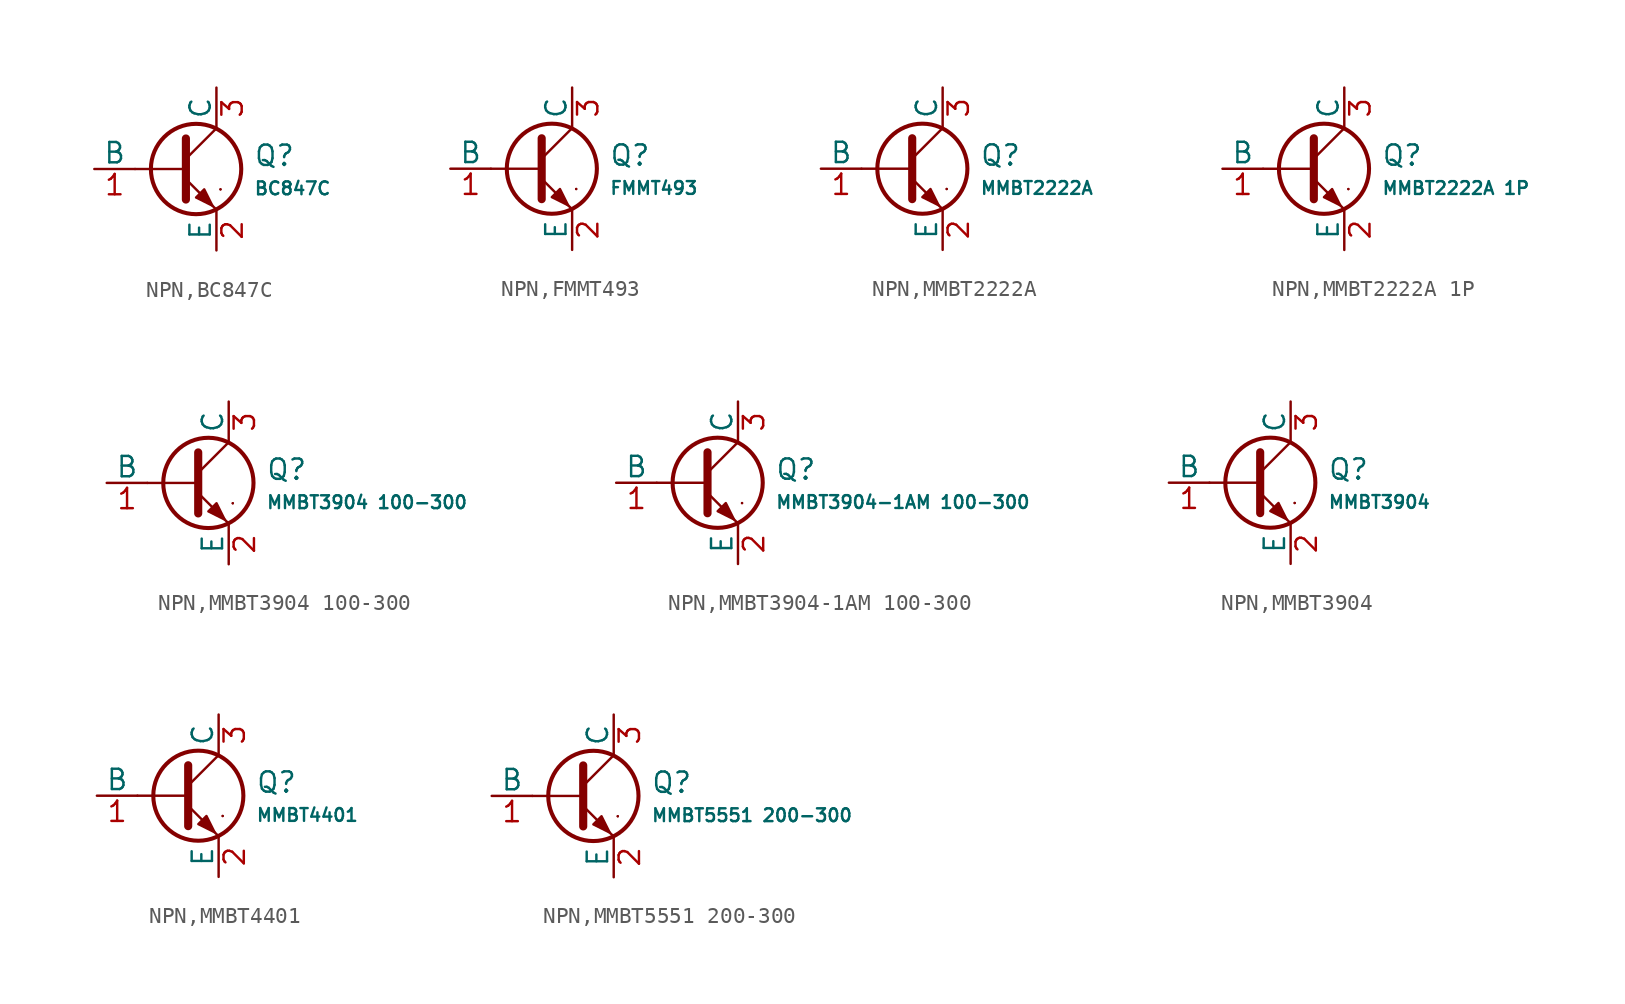
<source format=kicad_sym>
(kicad_symbol_lib
  (version 20231120)
  (generator "CDFER")
  (generator_version "8.0")
  (symbol "NPN,BC847C"
    (pin_names
      (offset 0))
    (property "Reference" "Q"
      (at 4.851 0.834 0)
      (effects (font (size 1.27 1.27)) (justify left)))
    (property "Value" "BC847C"
      (at 4.851 -1.212 0)
      (effects (font (size 0.8 0.8)) (justify left)))
    (symbol "NPN,BC847C_0_1"
      (polyline (pts (xy -2.54 0) (xy 0.635 0)) (stroke (width 0.152) (type default)) (fill (type none)))
      (polyline (pts (xy 0.635 0.635) (xy 2.54 2.54)) (stroke (width 0) (type default)) (fill (type none)))
      (polyline (pts (xy 2.794 -1.27) (xy 2.794 -1.27)) (stroke (width 0.152) (type default)) (fill (type none)))
      (polyline (pts (xy 2.794 -1.27) (xy 2.794 -1.27)) (stroke (width 0.152) (type default)) (fill (type none)))
      (polyline (pts (xy 0.635 -0.635) (xy 2.54 -2.54) (xy 2.54 -2.54)) (stroke (width 0) (type default)) (fill (type none)))
      (polyline (pts (xy 0.635 1.905) (xy 0.635 -1.905) (xy 0.635 -1.905)) (stroke (width 0.508) (type default)) (fill (type none)))
      (polyline (pts (xy 1.27 -1.778) (xy 1.778 -1.27) (xy 2.286 -2.286) (xy 1.27 -1.778) (xy 1.27 -1.778)) (stroke (width 0) (type default)) (fill (type outline)))
      (circle (center 1.27 0) (radius 2.819) (stroke (width 0.254) (type default)) (fill (type none))))
    (symbol "NPN,BC847C_1_1"
      (pin open_collector line (at 2.54 5.08 270) (length 2.54) (name "C" (effects (font (size 1.27 1.27)))) (number "3" (effects (font (size 1.27 1.27)))))
      (pin input line (at -5.08 0 0) (length 2.54) (name "B" (effects (font (size 1.27 1.27)))) (number "1" (effects (font (size 1.27 1.27)))))
      (pin open_emitter line (at 2.54 -5.08 90) (length 2.54) (name "E" (effects (font (size 1.27 1.27)))) (number "2" (effects (font (size 1.27 1.27)))))))
  (symbol "NPN,FMMT493"
    (pin_names
      (offset 0))
    (property "Reference" "Q"
      (at 4.851 0.834 0)
      (effects (font (size 1.27 1.27)) (justify left)))
    (property "Value" "FMMT493"
      (at 4.851 -1.212 0)
      (effects (font (size 0.8 0.8)) (justify left)))
    (symbol "NPN,FMMT493_0_1"
      (polyline (pts (xy -2.54 0) (xy 0.635 0)) (stroke (width 0.152) (type default)) (fill (type none)))
      (polyline (pts (xy 0.635 0.635) (xy 2.54 2.54)) (stroke (width 0) (type default)) (fill (type none)))
      (polyline (pts (xy 2.794 -1.27) (xy 2.794 -1.27)) (stroke (width 0.152) (type default)) (fill (type none)))
      (polyline (pts (xy 2.794 -1.27) (xy 2.794 -1.27)) (stroke (width 0.152) (type default)) (fill (type none)))
      (polyline (pts (xy 0.635 -0.635) (xy 2.54 -2.54) (xy 2.54 -2.54)) (stroke (width 0) (type default)) (fill (type none)))
      (polyline (pts (xy 0.635 1.905) (xy 0.635 -1.905) (xy 0.635 -1.905)) (stroke (width 0.508) (type default)) (fill (type none)))
      (polyline (pts (xy 1.27 -1.778) (xy 1.778 -1.27) (xy 2.286 -2.286) (xy 1.27 -1.778) (xy 1.27 -1.778)) (stroke (width 0) (type default)) (fill (type outline)))
      (circle (center 1.27 0) (radius 2.819) (stroke (width 0.254) (type default)) (fill (type none))))
    (symbol "NPN,FMMT493_1_1"
      (pin open_collector line (at 2.54 5.08 270) (length 2.54) (name "C" (effects (font (size 1.27 1.27)))) (number "3" (effects (font (size 1.27 1.27)))))
      (pin input line (at -5.08 0 0) (length 2.54) (name "B" (effects (font (size 1.27 1.27)))) (number "1" (effects (font (size 1.27 1.27)))))
      (pin open_emitter line (at 2.54 -5.08 90) (length 2.54) (name "E" (effects (font (size 1.27 1.27)))) (number "2" (effects (font (size 1.27 1.27)))))))
  (symbol "NPN,MMBT2222A"
    (pin_names
      (offset 0))
    (property "Reference" "Q"
      (at 4.851 0.834 0)
      (effects (font (size 1.27 1.27)) (justify left)))
    (property "Value" "MMBT2222A"
      (at 4.851 -1.212 0)
      (effects (font (size 0.8 0.8)) (justify left)))
    (symbol "NPN,MMBT2222A_0_1"
      (polyline (pts (xy -2.54 0) (xy 0.635 0)) (stroke (width 0.152) (type default)) (fill (type none)))
      (polyline (pts (xy 0.635 0.635) (xy 2.54 2.54)) (stroke (width 0) (type default)) (fill (type none)))
      (polyline (pts (xy 2.794 -1.27) (xy 2.794 -1.27)) (stroke (width 0.152) (type default)) (fill (type none)))
      (polyline (pts (xy 2.794 -1.27) (xy 2.794 -1.27)) (stroke (width 0.152) (type default)) (fill (type none)))
      (polyline (pts (xy 0.635 -0.635) (xy 2.54 -2.54) (xy 2.54 -2.54)) (stroke (width 0) (type default)) (fill (type none)))
      (polyline (pts (xy 0.635 1.905) (xy 0.635 -1.905) (xy 0.635 -1.905)) (stroke (width 0.508) (type default)) (fill (type none)))
      (polyline (pts (xy 1.27 -1.778) (xy 1.778 -1.27) (xy 2.286 -2.286) (xy 1.27 -1.778) (xy 1.27 -1.778)) (stroke (width 0) (type default)) (fill (type outline)))
      (circle (center 1.27 0) (radius 2.819) (stroke (width 0.254) (type default)) (fill (type none))))
    (symbol "NPN,MMBT2222A_1_1"
      (pin open_collector line (at 2.54 5.08 270) (length 2.54) (name "C" (effects (font (size 1.27 1.27)))) (number "3" (effects (font (size 1.27 1.27)))))
      (pin input line (at -5.08 0 0) (length 2.54) (name "B" (effects (font (size 1.27 1.27)))) (number "1" (effects (font (size 1.27 1.27)))))
      (pin open_emitter line (at 2.54 -5.08 90) (length 2.54) (name "E" (effects (font (size 1.27 1.27)))) (number "2" (effects (font (size 1.27 1.27)))))))
  (symbol "NPN,MMBT2222A 1P"
    (pin_names
      (offset 0))
    (property "Reference" "Q"
      (at 4.851 0.834 0)
      (effects (font (size 1.27 1.27)) (justify left)))
    (property "Value" "MMBT2222A 1P"
      (at 4.851 -1.212 0)
      (effects (font (size 0.8 0.8)) (justify left)))
    (symbol "NPN,MMBT2222A 1P_0_1"
      (polyline (pts (xy -2.54 0) (xy 0.635 0)) (stroke (width 0.152) (type default)) (fill (type none)))
      (polyline (pts (xy 0.635 0.635) (xy 2.54 2.54)) (stroke (width 0) (type default)) (fill (type none)))
      (polyline (pts (xy 2.794 -1.27) (xy 2.794 -1.27)) (stroke (width 0.152) (type default)) (fill (type none)))
      (polyline (pts (xy 2.794 -1.27) (xy 2.794 -1.27)) (stroke (width 0.152) (type default)) (fill (type none)))
      (polyline (pts (xy 0.635 -0.635) (xy 2.54 -2.54) (xy 2.54 -2.54)) (stroke (width 0) (type default)) (fill (type none)))
      (polyline (pts (xy 0.635 1.905) (xy 0.635 -1.905) (xy 0.635 -1.905)) (stroke (width 0.508) (type default)) (fill (type none)))
      (polyline (pts (xy 1.27 -1.778) (xy 1.778 -1.27) (xy 2.286 -2.286) (xy 1.27 -1.778) (xy 1.27 -1.778)) (stroke (width 0) (type default)) (fill (type outline)))
      (circle (center 1.27 0) (radius 2.819) (stroke (width 0.254) (type default)) (fill (type none))))
    (symbol "NPN,MMBT2222A 1P_1_1"
      (pin open_collector line (at 2.54 5.08 270) (length 2.54) (name "C" (effects (font (size 1.27 1.27)))) (number "3" (effects (font (size 1.27 1.27)))))
      (pin input line (at -5.08 0 0) (length 2.54) (name "B" (effects (font (size 1.27 1.27)))) (number "1" (effects (font (size 1.27 1.27)))))
      (pin open_emitter line (at 2.54 -5.08 90) (length 2.54) (name "E" (effects (font (size 1.27 1.27)))) (number "2" (effects (font (size 1.27 1.27)))))))
  (symbol "NPN,MMBT3904 100-300"
    (pin_names
      (offset 0))
    (property "Reference" "Q"
      (at 4.851 0.834 0)
      (effects (font (size 1.27 1.27)) (justify left)))
    (property "Value" "MMBT3904 100-300"
      (at 4.851 -1.212 0)
      (effects (font (size 0.8 0.8)) (justify left)))
    (symbol "NPN,MMBT3904 100-300_0_1"
      (polyline (pts (xy -2.54 0) (xy 0.635 0)) (stroke (width 0.152) (type default)) (fill (type none)))
      (polyline (pts (xy 0.635 0.635) (xy 2.54 2.54)) (stroke (width 0) (type default)) (fill (type none)))
      (polyline (pts (xy 2.794 -1.27) (xy 2.794 -1.27)) (stroke (width 0.152) (type default)) (fill (type none)))
      (polyline (pts (xy 2.794 -1.27) (xy 2.794 -1.27)) (stroke (width 0.152) (type default)) (fill (type none)))
      (polyline (pts (xy 0.635 -0.635) (xy 2.54 -2.54) (xy 2.54 -2.54)) (stroke (width 0) (type default)) (fill (type none)))
      (polyline (pts (xy 0.635 1.905) (xy 0.635 -1.905) (xy 0.635 -1.905)) (stroke (width 0.508) (type default)) (fill (type none)))
      (polyline (pts (xy 1.27 -1.778) (xy 1.778 -1.27) (xy 2.286 -2.286) (xy 1.27 -1.778) (xy 1.27 -1.778)) (stroke (width 0) (type default)) (fill (type outline)))
      (circle (center 1.27 0) (radius 2.819) (stroke (width 0.254) (type default)) (fill (type none))))
    (symbol "NPN,MMBT3904 100-300_1_1"
      (pin open_collector line (at 2.54 5.08 270) (length 2.54) (name "C" (effects (font (size 1.27 1.27)))) (number "3" (effects (font (size 1.27 1.27)))))
      (pin input line (at -5.08 0 0) (length 2.54) (name "B" (effects (font (size 1.27 1.27)))) (number "1" (effects (font (size 1.27 1.27)))))
      (pin open_emitter line (at 2.54 -5.08 90) (length 2.54) (name "E" (effects (font (size 1.27 1.27)))) (number "2" (effects (font (size 1.27 1.27)))))))
  (symbol "NPN,MMBT3904-1AM 100-300"
    (pin_names
      (offset 0))
    (property "Reference" "Q"
      (at 4.851 0.834 0)
      (effects (font (size 1.27 1.27)) (justify left)))
    (property "Value" "MMBT3904-1AM 100-300"
      (at 4.851 -1.212 0)
      (effects (font (size 0.8 0.8)) (justify left)))
    (symbol "NPN,MMBT3904-1AM 100-300_0_1"
      (polyline (pts (xy -2.54 0) (xy 0.635 0)) (stroke (width 0.152) (type default)) (fill (type none)))
      (polyline (pts (xy 0.635 0.635) (xy 2.54 2.54)) (stroke (width 0) (type default)) (fill (type none)))
      (polyline (pts (xy 2.794 -1.27) (xy 2.794 -1.27)) (stroke (width 0.152) (type default)) (fill (type none)))
      (polyline (pts (xy 2.794 -1.27) (xy 2.794 -1.27)) (stroke (width 0.152) (type default)) (fill (type none)))
      (polyline (pts (xy 0.635 -0.635) (xy 2.54 -2.54) (xy 2.54 -2.54)) (stroke (width 0) (type default)) (fill (type none)))
      (polyline (pts (xy 0.635 1.905) (xy 0.635 -1.905) (xy 0.635 -1.905)) (stroke (width 0.508) (type default)) (fill (type none)))
      (polyline (pts (xy 1.27 -1.778) (xy 1.778 -1.27) (xy 2.286 -2.286) (xy 1.27 -1.778) (xy 1.27 -1.778)) (stroke (width 0) (type default)) (fill (type outline)))
      (circle (center 1.27 0) (radius 2.819) (stroke (width 0.254) (type default)) (fill (type none))))
    (symbol "NPN,MMBT3904-1AM 100-300_1_1"
      (pin open_collector line (at 2.54 5.08 270) (length 2.54) (name "C" (effects (font (size 1.27 1.27)))) (number "3" (effects (font (size 1.27 1.27)))))
      (pin input line (at -5.08 0 0) (length 2.54) (name "B" (effects (font (size 1.27 1.27)))) (number "1" (effects (font (size 1.27 1.27)))))
      (pin open_emitter line (at 2.54 -5.08 90) (length 2.54) (name "E" (effects (font (size 1.27 1.27)))) (number "2" (effects (font (size 1.27 1.27)))))))
  (symbol "NPN,MMBT3904"
    (pin_names
      (offset 0))
    (property "Reference" "Q"
      (at 4.851 0.834 0)
      (effects (font (size 1.27 1.27)) (justify left)))
    (property "Value" "MMBT3904"
      (at 4.851 -1.212 0)
      (effects (font (size 0.8 0.8)) (justify left)))
    (symbol "NPN,MMBT3904_0_1"
      (polyline (pts (xy -2.54 0) (xy 0.635 0)) (stroke (width 0.152) (type default)) (fill (type none)))
      (polyline (pts (xy 0.635 0.635) (xy 2.54 2.54)) (stroke (width 0) (type default)) (fill (type none)))
      (polyline (pts (xy 2.794 -1.27) (xy 2.794 -1.27)) (stroke (width 0.152) (type default)) (fill (type none)))
      (polyline (pts (xy 2.794 -1.27) (xy 2.794 -1.27)) (stroke (width 0.152) (type default)) (fill (type none)))
      (polyline (pts (xy 0.635 -0.635) (xy 2.54 -2.54) (xy 2.54 -2.54)) (stroke (width 0) (type default)) (fill (type none)))
      (polyline (pts (xy 0.635 1.905) (xy 0.635 -1.905) (xy 0.635 -1.905)) (stroke (width 0.508) (type default)) (fill (type none)))
      (polyline (pts (xy 1.27 -1.778) (xy 1.778 -1.27) (xy 2.286 -2.286) (xy 1.27 -1.778) (xy 1.27 -1.778)) (stroke (width 0) (type default)) (fill (type outline)))
      (circle (center 1.27 0) (radius 2.819) (stroke (width 0.254) (type default)) (fill (type none))))
    (symbol "NPN,MMBT3904_1_1"
      (pin open_collector line (at 2.54 5.08 270) (length 2.54) (name "C" (effects (font (size 1.27 1.27)))) (number "3" (effects (font (size 1.27 1.27)))))
      (pin input line (at -5.08 0 0) (length 2.54) (name "B" (effects (font (size 1.27 1.27)))) (number "1" (effects (font (size 1.27 1.27)))))
      (pin open_emitter line (at 2.54 -5.08 90) (length 2.54) (name "E" (effects (font (size 1.27 1.27)))) (number "2" (effects (font (size 1.27 1.27)))))))
  (symbol "NPN,MMBT4401"
    (pin_names
      (offset 0))
    (property "Reference" "Q"
      (at 4.851 0.834 0)
      (effects (font (size 1.27 1.27)) (justify left)))
    (property "Value" "MMBT4401"
      (at 4.851 -1.212 0)
      (effects (font (size 0.8 0.8)) (justify left)))
    (symbol "NPN,MMBT4401_0_1"
      (polyline (pts (xy -2.54 0) (xy 0.635 0)) (stroke (width 0.152) (type default)) (fill (type none)))
      (polyline (pts (xy 0.635 0.635) (xy 2.54 2.54)) (stroke (width 0) (type default)) (fill (type none)))
      (polyline (pts (xy 2.794 -1.27) (xy 2.794 -1.27)) (stroke (width 0.152) (type default)) (fill (type none)))
      (polyline (pts (xy 2.794 -1.27) (xy 2.794 -1.27)) (stroke (width 0.152) (type default)) (fill (type none)))
      (polyline (pts (xy 0.635 -0.635) (xy 2.54 -2.54) (xy 2.54 -2.54)) (stroke (width 0) (type default)) (fill (type none)))
      (polyline (pts (xy 0.635 1.905) (xy 0.635 -1.905) (xy 0.635 -1.905)) (stroke (width 0.508) (type default)) (fill (type none)))
      (polyline (pts (xy 1.27 -1.778) (xy 1.778 -1.27) (xy 2.286 -2.286) (xy 1.27 -1.778) (xy 1.27 -1.778)) (stroke (width 0) (type default)) (fill (type outline)))
      (circle (center 1.27 0) (radius 2.819) (stroke (width 0.254) (type default)) (fill (type none))))
    (symbol "NPN,MMBT4401_1_1"
      (pin open_collector line (at 2.54 5.08 270) (length 2.54) (name "C" (effects (font (size 1.27 1.27)))) (number "3" (effects (font (size 1.27 1.27)))))
      (pin input line (at -5.08 0 0) (length 2.54) (name "B" (effects (font (size 1.27 1.27)))) (number "1" (effects (font (size 1.27 1.27)))))
      (pin open_emitter line (at 2.54 -5.08 90) (length 2.54) (name "E" (effects (font (size 1.27 1.27)))) (number "2" (effects (font (size 1.27 1.27)))))))
  (symbol "NPN,MMBT5551 200-300"
    (pin_names
      (offset 0))
    (property "Reference" "Q"
      (at 4.851 0.834 0)
      (effects (font (size 1.27 1.27)) (justify left)))
    (property "Value" "MMBT5551 200-300"
      (at 4.851 -1.212 0)
      (effects (font (size 0.8 0.8)) (justify left)))
    (symbol "NPN,MMBT5551 200-300_0_1"
      (polyline (pts (xy -2.54 0) (xy 0.635 0)) (stroke (width 0.152) (type default)) (fill (type none)))
      (polyline (pts (xy 0.635 0.635) (xy 2.54 2.54)) (stroke (width 0) (type default)) (fill (type none)))
      (polyline (pts (xy 2.794 -1.27) (xy 2.794 -1.27)) (stroke (width 0.152) (type default)) (fill (type none)))
      (polyline (pts (xy 2.794 -1.27) (xy 2.794 -1.27)) (stroke (width 0.152) (type default)) (fill (type none)))
      (polyline (pts (xy 0.635 -0.635) (xy 2.54 -2.54) (xy 2.54 -2.54)) (stroke (width 0) (type default)) (fill (type none)))
      (polyline (pts (xy 0.635 1.905) (xy 0.635 -1.905) (xy 0.635 -1.905)) (stroke (width 0.508) (type default)) (fill (type none)))
      (polyline (pts (xy 1.27 -1.778) (xy 1.778 -1.27) (xy 2.286 -2.286) (xy 1.27 -1.778) (xy 1.27 -1.778)) (stroke (width 0) (type default)) (fill (type outline)))
      (circle (center 1.27 0) (radius 2.819) (stroke (width 0.254) (type default)) (fill (type none))))
    (symbol "NPN,MMBT5551 200-300_1_1"
      (pin open_collector line (at 2.54 5.08 270) (length 2.54) (name "C" (effects (font (size 1.27 1.27)))) (number "3" (effects (font (size 1.27 1.27)))))
      (pin input line (at -5.08 0 0) (length 2.54) (name "B" (effects (font (size 1.27 1.27)))) (number "1" (effects (font (size 1.27 1.27)))))
      (pin open_emitter line (at 2.54 -5.08 90) (length 2.54) (name "E" (effects (font (size 1.27 1.27)))) (number "2" (effects (font (size 1.27 1.27))))))))
</source>
